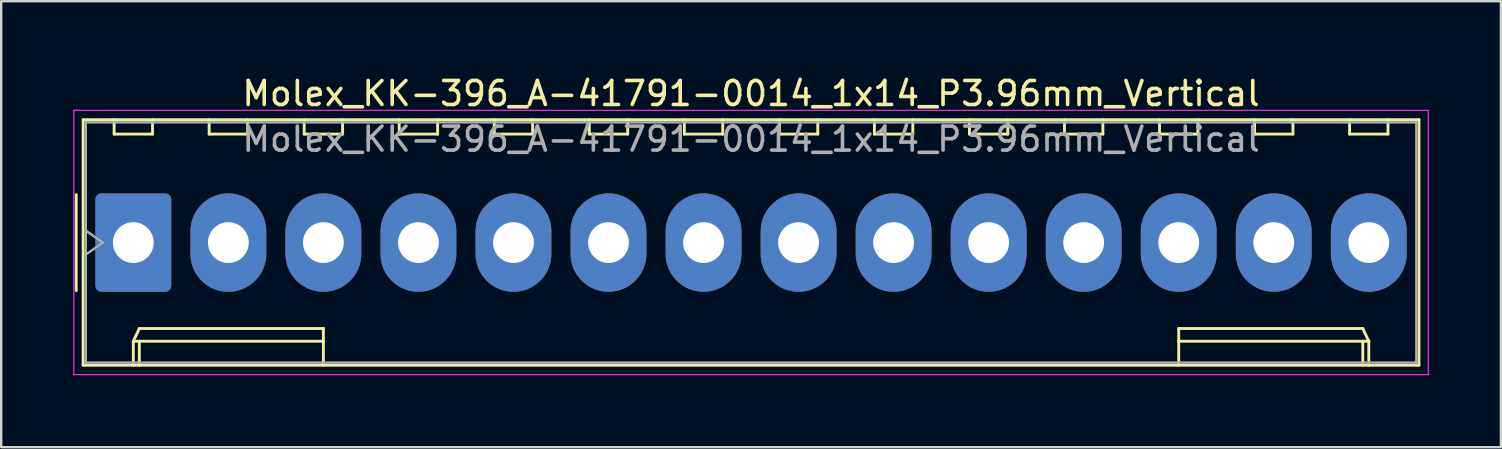
<source format=kicad_pcb>
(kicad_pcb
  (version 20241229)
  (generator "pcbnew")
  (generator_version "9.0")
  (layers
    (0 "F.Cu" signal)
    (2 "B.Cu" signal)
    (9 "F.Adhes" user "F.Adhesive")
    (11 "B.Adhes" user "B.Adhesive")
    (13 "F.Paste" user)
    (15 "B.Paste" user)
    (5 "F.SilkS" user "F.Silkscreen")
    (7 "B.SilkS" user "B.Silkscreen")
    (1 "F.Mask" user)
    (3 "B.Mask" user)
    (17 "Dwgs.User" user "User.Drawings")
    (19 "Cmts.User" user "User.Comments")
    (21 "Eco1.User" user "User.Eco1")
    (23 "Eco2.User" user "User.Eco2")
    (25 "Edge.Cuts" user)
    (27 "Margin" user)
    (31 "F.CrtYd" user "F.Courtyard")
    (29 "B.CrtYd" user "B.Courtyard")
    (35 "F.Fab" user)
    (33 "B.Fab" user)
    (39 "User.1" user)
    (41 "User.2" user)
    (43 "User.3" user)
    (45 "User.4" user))
  (footprint "Molex_KK-396_A-41791-0014_1x14_P3.96mm_Vertical"
    (layer "F.Cu")
    (at 2.505 7.058)
    (property "Reference" "Molex_KK-396_A-41791-0014_1x14_P3.96mm_Vertical" (at 25.74 -6.21 0) (layer "F.SilkS") (effects (font (size 1 1) (thickness 0.15))))
    (attr through_hole)
    (fp_line (start -2.38 -2) (end -2.38 2) (stroke (width 0.12) (type solid)) (layer "F.SilkS"))
    (fp_line (start -2.09 -5.12) (end -2.09 5.11) (stroke (width 0.12) (type solid)) (layer "F.SilkS"))
    (fp_line (start -2.09 5.11) (end 53.57 5.11) (stroke (width 0.12) (type solid)) (layer "F.SilkS"))
    (fp_line (start -0.8 -5.12) (end -0.8 -4.52) (stroke (width 0.12) (type solid)) (layer "F.SilkS"))
    (fp_line (start -0.8 -4.52) (end 0.8 -4.52) (stroke (width 0.12) (type solid)) (layer "F.SilkS"))
    (fp_line (start 0 4.11) (end 0.25 3.58) (stroke (width 0.12) (type solid)) (layer "F.SilkS"))
    (fp_line (start 0 4.11) (end 7.92 4.11) (stroke (width 0.12) (type solid)) (layer "F.SilkS"))
    (fp_line (start 0 5.11) (end 0 4.11) (stroke (width 0.12) (type solid)) (layer "F.SilkS"))
    (fp_line (start 0.25 3.58) (end 7.92 3.58) (stroke (width 0.12) (type solid)) (layer "F.SilkS"))
    (fp_line (start 0.25 5.11) (end 0.25 4.11) (stroke (width 0.12) (type solid)) (layer "F.SilkS"))
    (fp_line (start 0.8 -4.52) (end 0.8 -5.12) (stroke (width 0.12) (type solid)) (layer "F.SilkS"))
    (fp_line (start 3.16 -5.12) (end 3.16 -4.52) (stroke (width 0.12) (type solid)) (layer "F.SilkS"))
    (fp_line (start 3.16 -4.52) (end 4.76 -4.52) (stroke (width 0.12) (type solid)) (layer "F.SilkS"))
    (fp_line (start 4.76 -4.52) (end 4.76 -5.12) (stroke (width 0.12) (type solid)) (layer "F.SilkS"))
    (fp_line (start 7.12 -5.12) (end 7.12 -4.52) (stroke (width 0.12) (type solid)) (layer "F.SilkS"))
    (fp_line (start 7.12 -4.52) (end 8.72 -4.52) (stroke (width 0.12) (type solid)) (layer "F.SilkS"))
    (fp_line (start 7.92 3.58) (end 7.92 4.11) (stroke (width 0.12) (type solid)) (layer "F.SilkS"))
    (fp_line (start 7.92 4.11) (end 7.92 5.11) (stroke (width 0.12) (type solid)) (layer "F.SilkS"))
    (fp_line (start 8.72 -4.52) (end 8.72 -5.12) (stroke (width 0.12) (type solid)) (layer "F.SilkS"))
    (fp_line (start 11.08 -5.12) (end 11.08 -4.52) (stroke (width 0.12) (type solid)) (layer "F.SilkS"))
    (fp_line (start 11.08 -4.52) (end 12.68 -4.52) (stroke (width 0.12) (type solid)) (layer "F.SilkS"))
    (fp_line (start 12.68 -4.52) (end 12.68 -5.12) (stroke (width 0.12) (type solid)) (layer "F.SilkS"))
    (fp_line (start 15.04 -5.12) (end 15.04 -4.52) (stroke (width 0.12) (type solid)) (layer "F.SilkS"))
    (fp_line (start 15.04 -4.52) (end 16.64 -4.52) (stroke (width 0.12) (type solid)) (layer "F.SilkS"))
    (fp_line (start 16.64 -4.52) (end 16.64 -5.12) (stroke (width 0.12) (type solid)) (layer "F.SilkS"))
    (fp_line (start 19 -5.12) (end 19 -4.52) (stroke (width 0.12) (type solid)) (layer "F.SilkS"))
    (fp_line (start 19 -4.52) (end 20.6 -4.52) (stroke (width 0.12) (type solid)) (layer "F.SilkS"))
    (fp_line (start 20.6 -4.52) (end 20.6 -5.12) (stroke (width 0.12) (type solid)) (layer "F.SilkS"))
    (fp_line (start 22.96 -5.12) (end 22.96 -4.52) (stroke (width 0.12) (type solid)) (layer "F.SilkS"))
    (fp_line (start 22.96 -4.52) (end 24.56 -4.52) (stroke (width 0.12) (type solid)) (layer "F.SilkS"))
    (fp_line (start 24.56 -4.52) (end 24.56 -5.12) (stroke (width 0.12) (type solid)) (layer "F.SilkS"))
    (fp_line (start 26.92 -5.12) (end 26.92 -4.52) (stroke (width 0.12) (type solid)) (layer "F.SilkS"))
    (fp_line (start 26.92 -4.52) (end 28.52 -4.52) (stroke (width 0.12) (type solid)) (layer "F.SilkS"))
    (fp_line (start 28.52 -4.52) (end 28.52 -5.12) (stroke (width 0.12) (type solid)) (layer "F.SilkS"))
    (fp_line (start 30.88 -5.12) (end 30.88 -4.52) (stroke (width 0.12) (type solid)) (layer "F.SilkS"))
    (fp_line (start 30.88 -4.52) (end 32.48 -4.52) (stroke (width 0.12) (type solid)) (layer "F.SilkS"))
    (fp_line (start 32.48 -4.52) (end 32.48 -5.12) (stroke (width 0.12) (type solid)) (layer "F.SilkS"))
    (fp_line (start 34.84 -5.12) (end 34.84 -4.52) (stroke (width 0.12) (type solid)) (layer "F.SilkS"))
    (fp_line (start 34.84 -4.52) (end 36.44 -4.52) (stroke (width 0.12) (type solid)) (layer "F.SilkS"))
    (fp_line (start 36.44 -4.52) (end 36.44 -5.12) (stroke (width 0.12) (type solid)) (layer "F.SilkS"))
    (fp_line (start 38.8 -5.12) (end 38.8 -4.52) (stroke (width 0.12) (type solid)) (layer "F.SilkS"))
    (fp_line (start 38.8 -4.52) (end 40.4 -4.52) (stroke (width 0.12) (type solid)) (layer "F.SilkS"))
    (fp_line (start 40.4 -4.52) (end 40.4 -5.12) (stroke (width 0.12) (type solid)) (layer "F.SilkS"))
    (fp_line (start 42.76 -5.12) (end 42.76 -4.52) (stroke (width 0.12) (type solid)) (layer "F.SilkS"))
    (fp_line (start 42.76 -4.52) (end 44.36 -4.52) (stroke (width 0.12) (type solid)) (layer "F.SilkS"))
    (fp_line (start 43.56 3.58) (end 43.56 4.11) (stroke (width 0.12) (type solid)) (layer "F.SilkS"))
    (fp_line (start 43.56 4.11) (end 43.56 5.11) (stroke (width 0.12) (type solid)) (layer "F.SilkS"))
    (fp_line (start 44.36 -4.52) (end 44.36 -5.12) (stroke (width 0.12) (type solid)) (layer "F.SilkS"))
    (fp_line (start 46.72 -5.12) (end 46.72 -4.52) (stroke (width 0.12) (type solid)) (layer "F.SilkS"))
    (fp_line (start 46.72 -4.52) (end 48.32 -4.52) (stroke (width 0.12) (type solid)) (layer "F.SilkS"))
    (fp_line (start 48.32 -4.52) (end 48.32 -5.12) (stroke (width 0.12) (type solid)) (layer "F.SilkS"))
    (fp_line (start 50.68 -5.12) (end 50.68 -4.52) (stroke (width 0.12) (type solid)) (layer "F.SilkS"))
    (fp_line (start 50.68 -4.52) (end 52.28 -4.52) (stroke (width 0.12) (type solid)) (layer "F.SilkS"))
    (fp_line (start 51.23 3.58) (end 43.56 3.58) (stroke (width 0.12) (type solid)) (layer "F.SilkS"))
    (fp_line (start 51.23 5.11) (end 51.23 4.11) (stroke (width 0.12) (type solid)) (layer "F.SilkS"))
    (fp_line (start 51.48 4.11) (end 43.56 4.11) (stroke (width 0.12) (type solid)) (layer "F.SilkS"))
    (fp_line (start 51.48 4.11) (end 51.23 3.58) (stroke (width 0.12) (type solid)) (layer "F.SilkS"))
    (fp_line (start 51.48 5.11) (end 51.48 4.11) (stroke (width 0.12) (type solid)) (layer "F.SilkS"))
    (fp_line (start 52.28 -4.52) (end 52.28 -5.12) (stroke (width 0.12) (type solid)) (layer "F.SilkS"))
    (fp_line (start 53.57 -5.12) (end -2.09 -5.12) (stroke (width 0.12) (type solid)) (layer "F.SilkS"))
    (fp_line (start 53.57 5.11) (end 53.57 -5.12) (stroke (width 0.12) (type solid)) (layer "F.SilkS"))
    (fp_line (start -2.48 -5.51) (end -2.48 5.5) (stroke (width 0.05) (type solid)) (layer "F.CrtYd"))
    (fp_line (start -2.48 5.5) (end 53.96 5.5) (stroke (width 0.05) (type solid)) (layer "F.CrtYd"))
    (fp_line (start 53.96 -5.51) (end -2.48 -5.51) (stroke (width 0.05) (type solid)) (layer "F.CrtYd"))
    (fp_line (start 53.96 5.5) (end 53.96 -5.51) (stroke (width 0.05) (type solid)) (layer "F.CrtYd"))
    (fp_line (start -1.98 -5.01) (end -1.98 5) (stroke (width 0.1) (type solid)) (layer "F.Fab"))
    (fp_line (start -1.98 -0.5) (end -1.273 0) (stroke (width 0.1) (type solid)) (layer "F.Fab"))
    (fp_line (start -1.98 5) (end 53.46 5) (stroke (width 0.1) (type solid)) (layer "F.Fab"))
    (fp_line (start -1.273 0) (end -1.98 0.5) (stroke (width 0.1) (type solid)) (layer "F.Fab"))
    (fp_line (start 53.46 -5.01) (end -1.98 -5.01) (stroke (width 0.1) (type solid)) (layer "F.Fab"))
    (fp_line (start 53.46 5) (end 53.46 -5.01) (stroke (width 0.1) (type solid)) (layer "F.Fab"))
    (fp_text user "${REFERENCE}" (at 25.74 -4.31 0) (layer "F.Fab") (effects (font (size 1 1) (thickness 0.15))))
    (pad "1" thru_hole roundrect (at 0 0) (size 3.16 4.1) (drill 1.7) (layers "*.Cu" "*.Mask") (roundrect_rratio 0.079))
    (pad "2" thru_hole oval (at 3.96 0) (size 3.16 4.1) (drill 1.7) (layers "*.Cu" "*.Mask"))
    (pad "3" thru_hole oval (at 7.92 0) (size 3.16 4.1) (drill 1.7) (layers "*.Cu" "*.Mask"))
    (pad "4" thru_hole oval (at 11.88 0) (size 3.16 4.1) (drill 1.7) (layers "*.Cu" "*.Mask"))
    (pad "5" thru_hole oval (at 15.84 0) (size 3.16 4.1) (drill 1.7) (layers "*.Cu" "*.Mask"))
    (pad "6" thru_hole oval (at 19.8 0) (size 3.16 4.1) (drill 1.7) (layers "*.Cu" "*.Mask"))
    (pad "7" thru_hole oval (at 23.76 0) (size 3.16 4.1) (drill 1.7) (layers "*.Cu" "*.Mask"))
    (pad "8" thru_hole oval (at 27.72 0) (size 3.16 4.1) (drill 1.7) (layers "*.Cu" "*.Mask"))
    (pad "9" thru_hole oval (at 31.68 0) (size 3.16 4.1) (drill 1.7) (layers "*.Cu" "*.Mask"))
    (pad "10" thru_hole oval (at 35.64 0) (size 3.16 4.1) (drill 1.7) (layers "*.Cu" "*.Mask"))
    (pad "11" thru_hole oval (at 39.6 0) (size 3.16 4.1) (drill 1.7) (layers "*.Cu" "*.Mask"))
    (pad "12" thru_hole oval (at 43.56 0) (size 3.16 4.1) (drill 1.7) (layers "*.Cu" "*.Mask"))
    (pad "13" thru_hole oval (at 47.52 0) (size 3.16 4.1) (drill 1.7) (layers "*.Cu" "*.Mask"))
    (pad "14" thru_hole oval (at 51.48 0) (size 3.16 4.1) (drill 1.7) (layers "*.Cu" "*.Mask")))
  (gr_rect
    (start -3 -3)
    (end 59.49 15.583)
    (stroke (width 0.1) (type default))
    (fill no)
    (layer "Edge.Cuts")))
</source>
